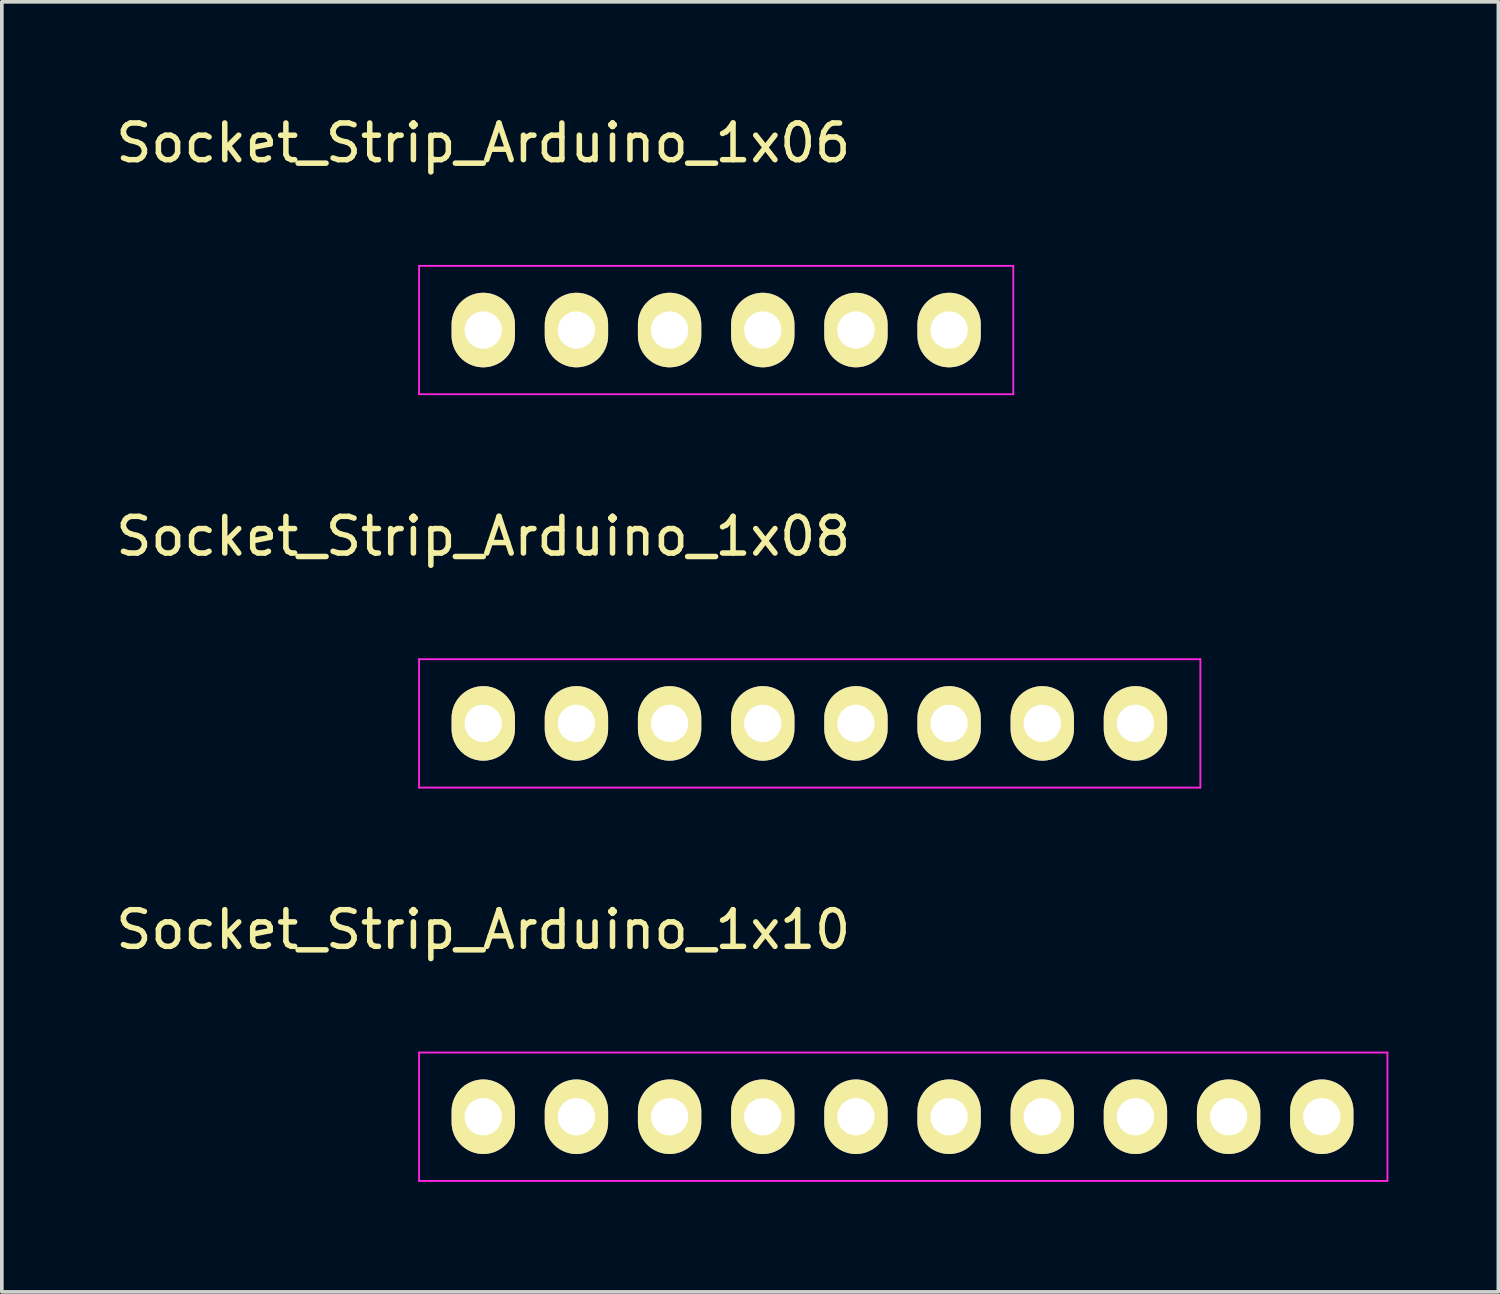
<source format=kicad_pcb>
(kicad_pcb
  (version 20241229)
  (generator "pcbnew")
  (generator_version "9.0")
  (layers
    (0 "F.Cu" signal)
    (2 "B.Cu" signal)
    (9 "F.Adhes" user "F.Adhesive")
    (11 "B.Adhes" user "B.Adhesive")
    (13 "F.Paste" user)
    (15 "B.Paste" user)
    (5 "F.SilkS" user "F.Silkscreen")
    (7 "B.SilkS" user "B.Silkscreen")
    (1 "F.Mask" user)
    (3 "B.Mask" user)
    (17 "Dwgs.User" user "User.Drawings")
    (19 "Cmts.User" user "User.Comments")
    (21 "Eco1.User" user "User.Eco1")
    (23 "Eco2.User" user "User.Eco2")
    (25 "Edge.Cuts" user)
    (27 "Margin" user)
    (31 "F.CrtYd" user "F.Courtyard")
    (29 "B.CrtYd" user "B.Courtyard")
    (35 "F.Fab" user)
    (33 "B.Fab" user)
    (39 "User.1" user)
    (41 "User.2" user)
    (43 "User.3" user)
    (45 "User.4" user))
  (footprint "Socket_Strip_Arduino_1x06"
    (layer "F.Cu")
    (at 10.125 5.948)
    (property "Reference" "Socket_Strip_Arduino_1x06" (at 0 -5.1 0) (layer "F.SilkS") (effects (font (size 1 1) (thickness 0.15))))
    (attr through_hole)
    (fp_line (start -1.75 -1.75) (end -1.75 1.75) (stroke (width 0.05) (type solid)) (layer "F.CrtYd"))
    (fp_line (start -1.75 -1.75) (end 14.45 -1.75) (stroke (width 0.05) (type solid)) (layer "F.CrtYd"))
    (fp_line (start -1.75 1.75) (end 14.45 1.75) (stroke (width 0.05) (type solid)) (layer "F.CrtYd"))
    (fp_line (start 14.45 -1.75) (end 14.45 1.75) (stroke (width 0.05) (type solid)) (layer "F.CrtYd"))
    (pad "1" thru_hole oval (at 0 0) (size 1.727 2.032) (drill 1.016) (layers "*.Cu" "*.Mask" "F.SilkS"))
    (pad "2" thru_hole oval (at 2.54 0) (size 1.727 2.032) (drill 1.016) (layers "*.Cu" "*.Mask" "F.SilkS"))
    (pad "3" thru_hole oval (at 5.08 0) (size 1.727 2.032) (drill 1.016) (layers "*.Cu" "*.Mask" "F.SilkS"))
    (pad "4" thru_hole oval (at 7.62 0) (size 1.727 2.032) (drill 1.016) (layers "*.Cu" "*.Mask" "F.SilkS"))
    (pad "5" thru_hole oval (at 10.16 0) (size 1.727 2.032) (drill 1.016) (layers "*.Cu" "*.Mask" "F.SilkS"))
    (pad "6" thru_hole oval (at 12.7 0) (size 1.727 2.032) (drill 1.016) (layers "*.Cu" "*.Mask" "F.SilkS")))
  (footprint "Socket_Strip_Arduino_1x08"
    (layer "F.Cu")
    (at 10.125 16.672)
    (property "Reference" "Socket_Strip_Arduino_1x08" (at 0 -5.1 0) (layer "F.SilkS") (effects (font (size 1 1) (thickness 0.15))))
    (attr through_hole)
    (fp_line (start -1.75 -1.75) (end -1.75 1.75) (stroke (width 0.05) (type solid)) (layer "F.CrtYd"))
    (fp_line (start -1.75 -1.75) (end 19.55 -1.75) (stroke (width 0.05) (type solid)) (layer "F.CrtYd"))
    (fp_line (start -1.75 1.75) (end 19.55 1.75) (stroke (width 0.05) (type solid)) (layer "F.CrtYd"))
    (fp_line (start 19.55 -1.75) (end 19.55 1.75) (stroke (width 0.05) (type solid)) (layer "F.CrtYd"))
    (pad "1" thru_hole oval (at 0 0) (size 1.727 2.032) (drill 1.016) (layers "*.Cu" "*.Mask" "F.SilkS"))
    (pad "2" thru_hole oval (at 2.54 0) (size 1.727 2.032) (drill 1.016) (layers "*.Cu" "*.Mask" "F.SilkS"))
    (pad "3" thru_hole oval (at 5.08 0) (size 1.727 2.032) (drill 1.016) (layers "*.Cu" "*.Mask" "F.SilkS"))
    (pad "4" thru_hole oval (at 7.62 0) (size 1.727 2.032) (drill 1.016) (layers "*.Cu" "*.Mask" "F.SilkS"))
    (pad "5" thru_hole oval (at 10.16 0) (size 1.727 2.032) (drill 1.016) (layers "*.Cu" "*.Mask" "F.SilkS"))
    (pad "6" thru_hole oval (at 12.7 0) (size 1.727 2.032) (drill 1.016) (layers "*.Cu" "*.Mask" "F.SilkS"))
    (pad "7" thru_hole oval (at 15.24 0) (size 1.727 2.032) (drill 1.016) (layers "*.Cu" "*.Mask" "F.SilkS"))
    (pad "8" thru_hole oval (at 17.78 0) (size 1.727 2.032) (drill 1.016) (layers "*.Cu" "*.Mask" "F.SilkS")))
  (footprint "Socket_Strip_Arduino_1x10"
    (layer "F.Cu")
    (at 10.125 27.395)
    (property "Reference" "Socket_Strip_Arduino_1x10" (at 0 -5.1 0) (layer "F.SilkS") (effects (font (size 1 1) (thickness 0.15))))
    (attr through_hole)
    (fp_line (start -1.75 -1.75) (end -1.75 1.75) (stroke (width 0.05) (type solid)) (layer "F.CrtYd"))
    (fp_line (start -1.75 -1.75) (end 24.65 -1.75) (stroke (width 0.05) (type solid)) (layer "F.CrtYd"))
    (fp_line (start -1.75 1.75) (end 24.65 1.75) (stroke (width 0.05) (type solid)) (layer "F.CrtYd"))
    (fp_line (start 24.65 -1.75) (end 24.65 1.75) (stroke (width 0.05) (type solid)) (layer "F.CrtYd"))
    (pad "1" thru_hole oval (at 0 0) (size 1.727 2.032) (drill 1.016) (layers "*.Cu" "*.Mask" "F.SilkS"))
    (pad "2" thru_hole oval (at 2.54 0) (size 1.727 2.032) (drill 1.016) (layers "*.Cu" "*.Mask" "F.SilkS"))
    (pad "3" thru_hole oval (at 5.08 0) (size 1.727 2.032) (drill 1.016) (layers "*.Cu" "*.Mask" "F.SilkS"))
    (pad "4" thru_hole oval (at 7.62 0) (size 1.727 2.032) (drill 1.016) (layers "*.Cu" "*.Mask" "F.SilkS"))
    (pad "5" thru_hole oval (at 10.16 0) (size 1.727 2.032) (drill 1.016) (layers "*.Cu" "*.Mask" "F.SilkS"))
    (pad "6" thru_hole oval (at 12.7 0) (size 1.727 2.032) (drill 1.016) (layers "*.Cu" "*.Mask" "F.SilkS"))
    (pad "7" thru_hole oval (at 15.24 0) (size 1.727 2.032) (drill 1.016) (layers "*.Cu" "*.Mask" "F.SilkS"))
    (pad "8" thru_hole oval (at 17.78 0) (size 1.727 2.032) (drill 1.016) (layers "*.Cu" "*.Mask" "F.SilkS"))
    (pad "9" thru_hole oval (at 20.32 0) (size 1.727 2.032) (drill 1.016) (layers "*.Cu" "*.Mask" "F.SilkS"))
    (pad "10" thru_hole oval (at 22.86 0) (size 1.727 2.032) (drill 1.016) (layers "*.Cu" "*.Mask" "F.SilkS")))
  (gr_rect
    (start -3 -3)
    (end 37.8 32.17)
    (stroke (width 0.1) (type default))
    (fill no)
    (layer "Edge.Cuts")))
</source>
